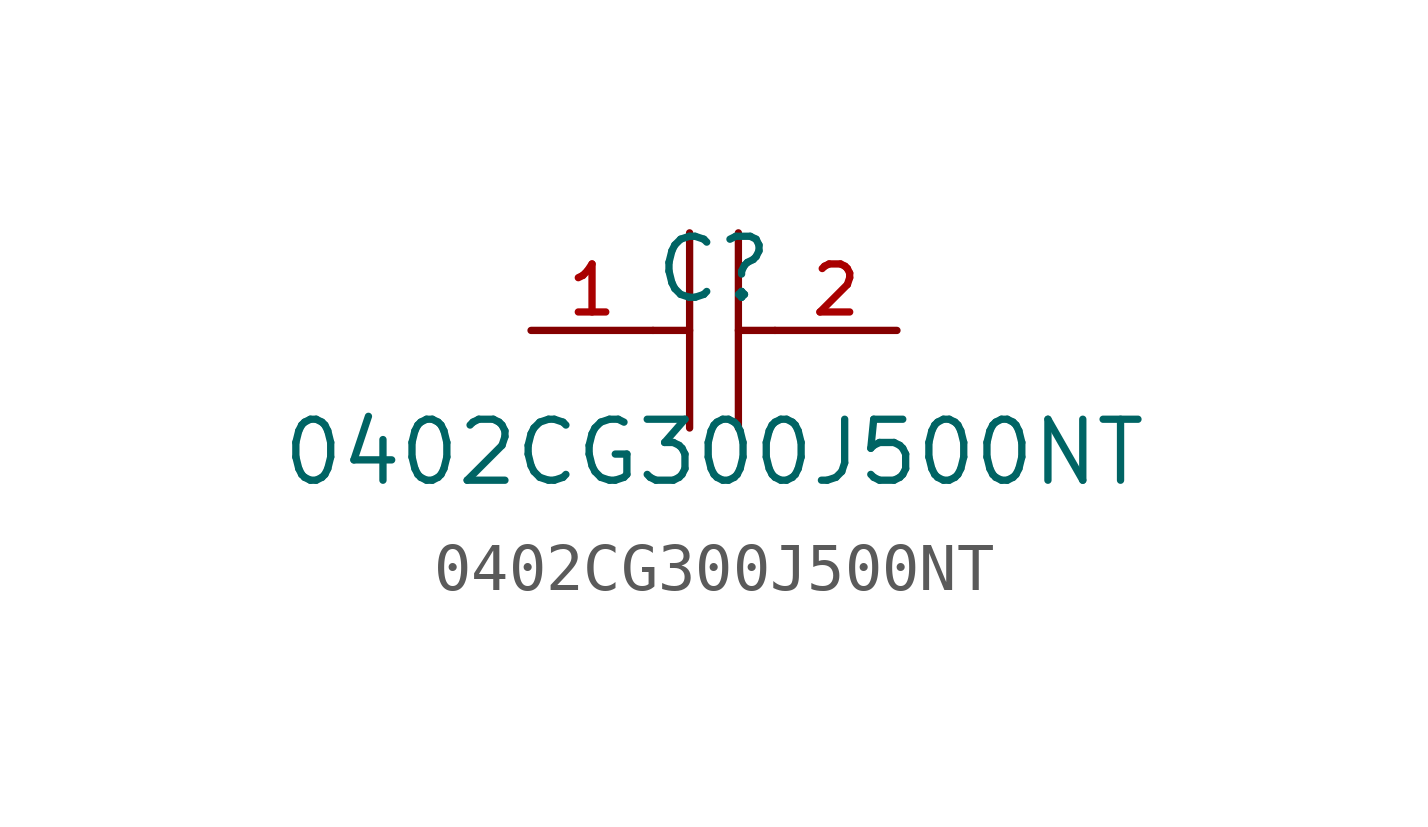
<source format=kicad_sym>
(kicad_symbol_lib
  (version 20220914)
  (generator kicad_symbol_editor)
  (symbol "0402CG300J500NT"
    (pin_names hide)
    (property "Reference" "C"
      (at 0 1.27 0)
      (effects (font (size 1.27 1.27))))
    (property "Value" "0402CG300J500NT"
      (at 0 -2.54 0)
      (effects (font (size 1.27 1.27))))
    (symbol "0402CG300J500NT_0_1"
      (polyline (pts (xy -1.27 0) (xy -0.508 0)) (stroke (width 0) (type default)) (fill (type none)))
      (polyline (pts (xy -0.508 2.032) (xy -0.508 -2.032)) (stroke (width 0) (type default)) (fill (type none)))
      (polyline (pts (xy 0.508 0) (xy 1.27 0)) (stroke (width 0) (type default)) (fill (type none)))
      (polyline (pts (xy 0.508 2.032) (xy 0.508 -2.032)) (stroke (width 0) (type default)) (fill (type none)))
      (pin input line (at -3.81 0 0) (length 2.54) (name "1" (effects (font (size 1 1)))) (number "1" (effects (font (size 1 1)))))
      (pin input line (at 3.81 0 180) (length 2.54) (name "2" (effects (font (size 1 1)))) (number "2" (effects (font (size 1 1))))))))
</source>
